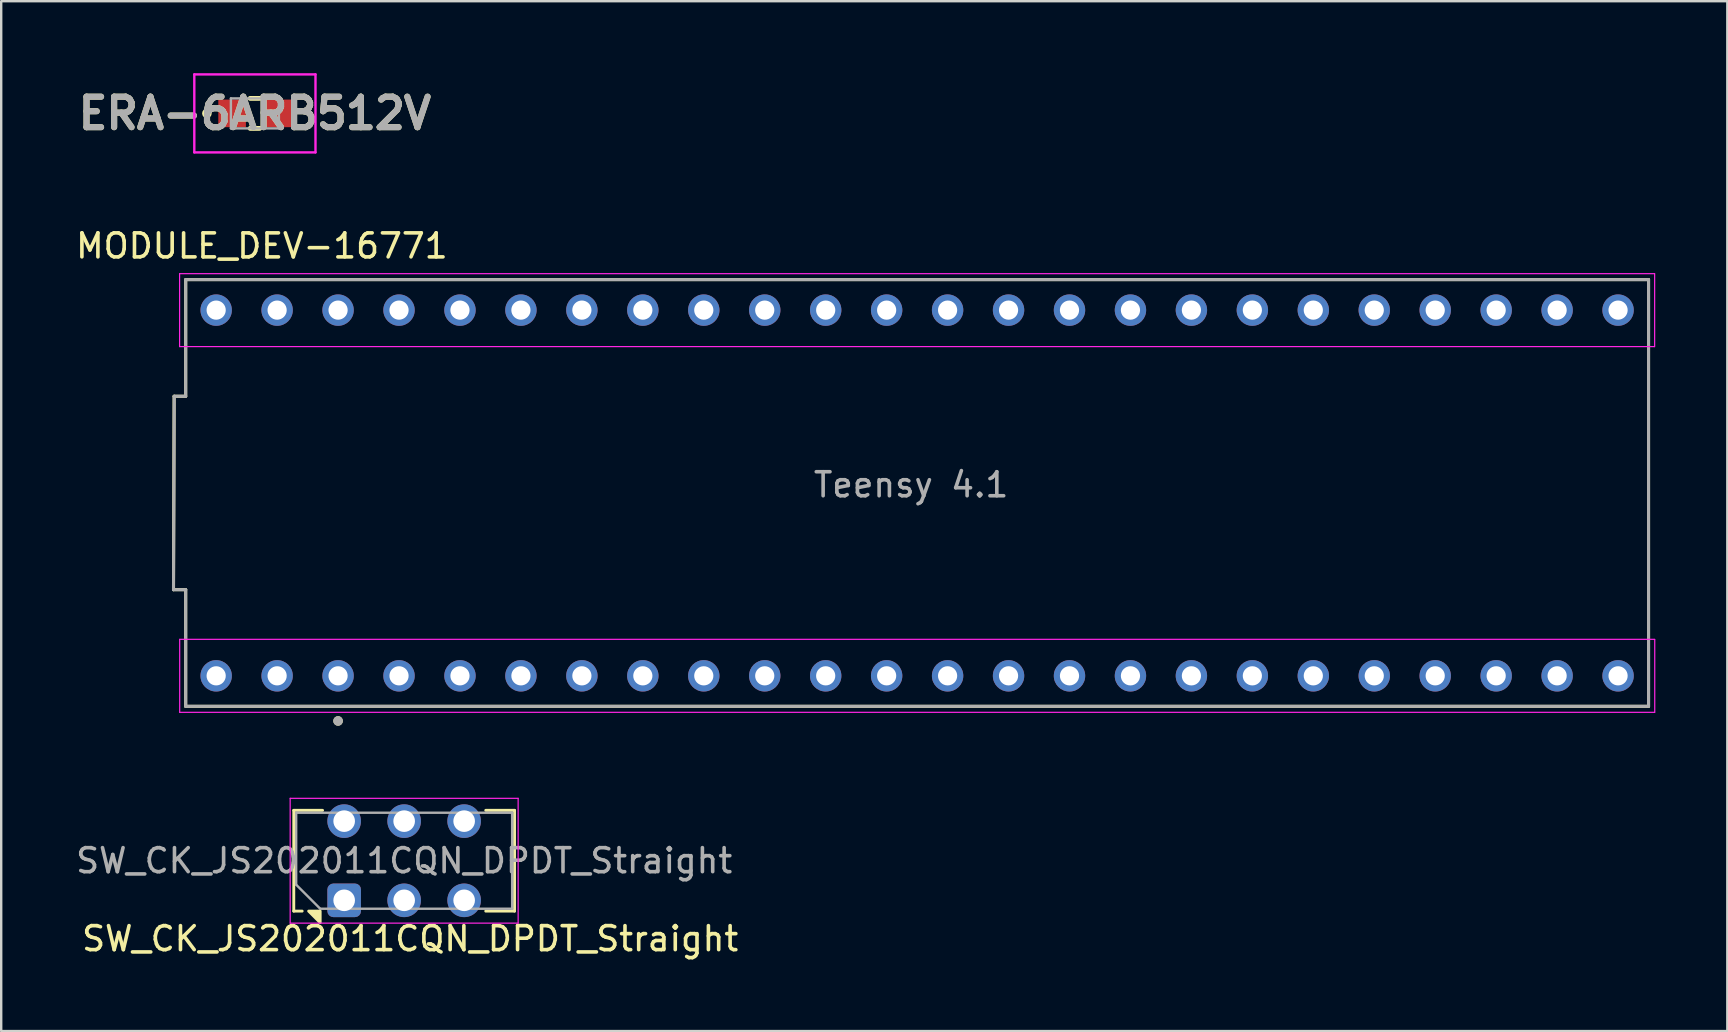
<source format=kicad_pcb>
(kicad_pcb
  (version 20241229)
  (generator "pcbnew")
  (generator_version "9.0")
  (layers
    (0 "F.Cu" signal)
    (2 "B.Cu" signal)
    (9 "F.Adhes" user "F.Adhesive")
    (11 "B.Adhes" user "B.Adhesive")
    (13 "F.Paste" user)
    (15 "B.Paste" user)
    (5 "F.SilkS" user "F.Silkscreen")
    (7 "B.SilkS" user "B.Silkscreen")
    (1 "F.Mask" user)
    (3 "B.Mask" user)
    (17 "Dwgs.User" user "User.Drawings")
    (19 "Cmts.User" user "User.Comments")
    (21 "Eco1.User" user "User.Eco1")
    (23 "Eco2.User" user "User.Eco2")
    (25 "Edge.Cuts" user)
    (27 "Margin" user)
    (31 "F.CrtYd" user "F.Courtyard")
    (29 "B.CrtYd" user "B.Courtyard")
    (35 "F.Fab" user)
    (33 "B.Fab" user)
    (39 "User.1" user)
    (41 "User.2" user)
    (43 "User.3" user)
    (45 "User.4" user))
  (footprint "MODULE_DEV-16771"
    (layer "F.Cu")
    (at 35.168 17.493)
    (property "Reference" "MODULE_DEV-16771" (at -27.305 -10.295 0) (layer "F.SilkS") (effects (font (size 1 1) (thickness 0.15))))
    (attr through_hole)
    (fp_line (start -30.988 4.03) (end -30.963 -4.03) (stroke (width 0.127) (type solid)) (layer "F.SilkS"))
    (fp_line (start -30.48 -8.89) (end -30.48 -4.03) (stroke (width 0.127) (type solid)) (layer "F.SilkS"))
    (fp_line (start -30.48 -8.89) (end 30.48 -8.89) (stroke (width 0.127) (type solid)) (layer "F.SilkS"))
    (fp_line (start -30.48 -4.03) (end -30.963 -4.03) (stroke (width 0.127) (type solid)) (layer "F.SilkS"))
    (fp_line (start -30.48 4.03) (end -30.988 4.03) (stroke (width 0.127) (type solid)) (layer "F.SilkS"))
    (fp_line (start -30.48 8.89) (end -30.48 4.03) (stroke (width 0.127) (type solid)) (layer "F.SilkS"))
    (fp_line (start 30.48 -8.89) (end 30.48 8.89) (stroke (width 0.127) (type solid)) (layer "F.SilkS"))
    (fp_line (start 30.48 8.89) (end -30.48 8.89) (stroke (width 0.127) (type solid)) (layer "F.SilkS"))
    (fp_circle (center -24.13 9.5) (end -24.03 9.5) (stroke (width 0.2) (type solid)) (fill no) (layer "F.SilkS"))
    (fp_line (start -30.734 -9.14) (end -30.734 -6.1) (stroke (width 0.05) (type solid)) (layer "F.CrtYd"))
    (fp_line (start -30.734 -6.1) (end 30.726 -6.1) (stroke (width 0.05) (type solid)) (layer "F.CrtYd"))
    (fp_line (start -30.73 -9.14) (end 30.73 -9.14) (stroke (width 0.05) (type solid)) (layer "F.CrtYd"))
    (fp_line (start -30.73 6.1) (end -30.73 9.14) (stroke (width 0.05) (type solid)) (layer "F.CrtYd"))
    (fp_line (start -30.726 6.1) (end 30.734 6.1) (stroke (width 0.05) (type solid)) (layer "F.CrtYd"))
    (fp_line (start 30.73 9.14) (end -30.73 9.14) (stroke (width 0.05) (type solid)) (layer "F.CrtYd"))
    (fp_line (start 30.734 -9.136) (end 30.734 -6.096) (stroke (width 0.05) (type solid)) (layer "F.CrtYd"))
    (fp_line (start 30.738 6.105) (end 30.738 9.144) (stroke (width 0.05) (type solid)) (layer "F.CrtYd"))
    (fp_line (start -30.988 4.03) (end -30.957 -4.03) (stroke (width 0.127) (type solid)) (layer "F.Fab"))
    (fp_line (start -30.48 -8.89) (end -30.48 -4.03) (stroke (width 0.127) (type solid)) (layer "F.Fab"))
    (fp_line (start -30.48 -8.89) (end 30.48 -8.89) (stroke (width 0.127) (type solid)) (layer "F.Fab"))
    (fp_line (start -30.48 -4.03) (end -30.957 -4.03) (stroke (width 0.127) (type solid)) (layer "F.Fab"))
    (fp_line (start -30.48 4.03) (end -30.988 4.03) (stroke (width 0.127) (type solid)) (layer "F.Fab"))
    (fp_line (start -30.48 8.89) (end -30.48 4.03) (stroke (width 0.127) (type solid)) (layer "F.Fab"))
    (fp_line (start 30.48 -8.89) (end 30.48 8.89) (stroke (width 0.127) (type solid)) (layer "F.Fab"))
    (fp_line (start 30.48 8.89) (end -30.48 8.89) (stroke (width 0.127) (type solid)) (layer "F.Fab"))
    (fp_circle (center -24.13 9.5) (end -24.03 9.5) (stroke (width 0.2) (type solid)) (fill no) (layer "F.Fab"))
    (fp_text user "Teensy 4.1" (at -0.25 -0.34 0) (layer "F.Fab") (effects (font (size 1 1) (thickness 0.15))))
    (pad "0" thru_hole circle (at -26.67 7.62) (size 1.308 1.308) (drill 0.8) (layers "*.Cu" "*.Mask"))
    (pad "1" thru_hole circle (at -24.13 7.62) (size 1.308 1.308) (drill 0.8) (layers "*.Cu" "*.Mask"))
    (pad "2" thru_hole circle (at -21.59 7.62) (size 1.308 1.308) (drill 0.8) (layers "*.Cu" "*.Mask"))
    (pad "3" thru_hole circle (at -19.05 7.62) (size 1.308 1.308) (drill 0.8) (layers "*.Cu" "*.Mask"))
    (pad "3.3V_1" thru_hole circle (at 6.35 7.62) (size 1.308 1.308) (drill 0.8) (layers "*.Cu" "*.Mask"))
    (pad "3.3V_2" thru_hole circle (at -24.13 -7.62) (size 1.308 1.308) (drill 0.8) (layers "*.Cu" "*.Mask"))
    (pad "4" thru_hole circle (at -16.51 7.62) (size 1.308 1.308) (drill 0.8) (layers "*.Cu" "*.Mask"))
    (pad "5" thru_hole circle (at -13.97 7.62) (size 1.308 1.308) (drill 0.8) (layers "*.Cu" "*.Mask"))
    (pad "6" thru_hole circle (at -11.43 7.62) (size 1.308 1.308) (drill 0.8) (layers "*.Cu" "*.Mask"))
    (pad "7" thru_hole circle (at -8.89 7.62) (size 1.308 1.308) (drill 0.8) (layers "*.Cu" "*.Mask"))
    (pad "8" thru_hole circle (at -6.35 7.62) (size 1.308 1.308) (drill 0.8) (layers "*.Cu" "*.Mask"))
    (pad "9" thru_hole circle (at -3.81 7.62) (size 1.308 1.308) (drill 0.8) (layers "*.Cu" "*.Mask"))
    (pad "10" thru_hole circle (at -1.27 7.62) (size 1.308 1.308) (drill 0.8) (layers "*.Cu" "*.Mask"))
    (pad "11" thru_hole circle (at 1.27 7.62) (size 1.308 1.308) (drill 0.8) (layers "*.Cu" "*.Mask"))
    (pad "12" thru_hole circle (at 3.81 7.62) (size 1.308 1.308) (drill 0.8) (layers "*.Cu" "*.Mask"))
    (pad "13" thru_hole circle (at 3.81 -7.62) (size 1.308 1.308) (drill 0.8) (layers "*.Cu" "*.Mask"))
    (pad "14" thru_hole circle (at 1.27 -7.62) (size 1.308 1.308) (drill 0.8) (layers "*.Cu" "*.Mask"))
    (pad "15" thru_hole circle (at -1.27 -7.62) (size 1.308 1.308) (drill 0.8) (layers "*.Cu" "*.Mask"))
    (pad "16" thru_hole circle (at -3.81 -7.62) (size 1.308 1.308) (drill 0.8) (layers "*.Cu" "*.Mask"))
    (pad "17" thru_hole circle (at -6.35 -7.62) (size 1.308 1.308) (drill 0.8) (layers "*.Cu" "*.Mask"))
    (pad "18" thru_hole circle (at -8.89 -7.62) (size 1.308 1.308) (drill 0.8) (layers "*.Cu" "*.Mask"))
    (pad "19" thru_hole circle (at -11.43 -7.62) (size 1.308 1.308) (drill 0.8) (layers "*.Cu" "*.Mask"))
    (pad "20" thru_hole circle (at -13.97 -7.62) (size 1.308 1.308) (drill 0.8) (layers "*.Cu" "*.Mask"))
    (pad "21" thru_hole circle (at -16.51 -7.62) (size 1.308 1.308) (drill 0.8) (layers "*.Cu" "*.Mask"))
    (pad "22" thru_hole circle (at -19.05 -7.62) (size 1.308 1.308) (drill 0.8) (layers "*.Cu" "*.Mask"))
    (pad "23" thru_hole circle (at -21.59 -7.62) (size 1.308 1.308) (drill 0.8) (layers "*.Cu" "*.Mask"))
    (pad "24" thru_hole circle (at 8.89 7.62) (size 1.308 1.308) (drill 0.8) (layers "*.Cu" "*.Mask"))
    (pad "25" thru_hole circle (at 11.43 7.62) (size 1.308 1.308) (drill 0.8) (layers "*.Cu" "*.Mask"))
    (pad "26" thru_hole circle (at 13.97 7.62) (size 1.308 1.308) (drill 0.8) (layers "*.Cu" "*.Mask"))
    (pad "27" thru_hole circle (at 16.51 7.62) (size 1.308 1.308) (drill 0.8) (layers "*.Cu" "*.Mask"))
    (pad "28" thru_hole circle (at 19.05 7.62) (size 1.308 1.308) (drill 0.8) (layers "*.Cu" "*.Mask"))
    (pad "29" thru_hole circle (at 21.59 7.62) (size 1.308 1.308) (drill 0.8) (layers "*.Cu" "*.Mask"))
    (pad "30" thru_hole circle (at 24.13 7.62) (size 1.308 1.308) (drill 0.8) (layers "*.Cu" "*.Mask"))
    (pad "31" thru_hole circle (at 26.67 7.62) (size 1.308 1.308) (drill 0.8) (layers "*.Cu" "*.Mask"))
    (pad "32" thru_hole circle (at 29.21 7.62) (size 1.308 1.308) (drill 0.8) (layers "*.Cu" "*.Mask"))
    (pad "33" thru_hole circle (at 29.21 -7.62) (size 1.308 1.308) (drill 0.8) (layers "*.Cu" "*.Mask"))
    (pad "34" thru_hole circle (at 26.67 -7.62) (size 1.308 1.308) (drill 0.8) (layers "*.Cu" "*.Mask"))
    (pad "35" thru_hole circle (at 24.13 -7.62) (size 1.308 1.308) (drill 0.8) (layers "*.Cu" "*.Mask"))
    (pad "36" thru_hole circle (at 21.59 -7.62) (size 1.308 1.308) (drill 0.8) (layers "*.Cu" "*.Mask"))
    (pad "37" thru_hole circle (at 19.05 -7.62) (size 1.308 1.308) (drill 0.8) (layers "*.Cu" "*.Mask"))
    (pad "38" thru_hole circle (at 16.51 -7.62) (size 1.308 1.308) (drill 0.8) (layers "*.Cu" "*.Mask"))
    (pad "39" thru_hole circle (at 13.97 -7.62) (size 1.308 1.308) (drill 0.8) (layers "*.Cu" "*.Mask"))
    (pad "40" thru_hole circle (at 11.43 -7.62) (size 1.308 1.308) (drill 0.8) (layers "*.Cu" "*.Mask"))
    (pad "41" thru_hole circle (at 8.89 -7.62) (size 1.308 1.308) (drill 0.8) (layers "*.Cu" "*.Mask"))
    (pad "GND1" thru_hole circle (at -29.21 7.62) (size 1.308 1.308) (drill 0.8) (layers "*.Cu" "*.Mask"))
    (pad "GND2" thru_hole circle (at 6.35 -7.62) (size 1.308 1.308) (drill 0.8) (layers "*.Cu" "*.Mask"))
    (pad "GND3" thru_hole circle (at -26.67 -7.62) (size 1.308 1.308) (drill 0.8) (layers "*.Cu" "*.Mask"))
    (pad "VIN" thru_hole circle (at -29.21 -7.62) (size 1.308 1.308) (drill 0.8) (layers "*.Cu" "*.Mask")))
  (footprint "ERA-6ARB512V"
    (layer "F.Cu")
    (at 7.572 1.675)
    (property "Reference" "ERA-6ARB512V" (at 0 0 0) (layer "F.SilkS") (effects (font (size 1.27 1.27) (thickness 0.254))))
    (attr smd)
    (fp_line (start -2 -0.1) (end -2 -0.1) (stroke (width 0.2) (type solid)) (layer "F.SilkS"))
    (fp_line (start -2 0.1) (end -2 0.1) (stroke (width 0.2) (type solid)) (layer "F.SilkS"))
    (fp_line (start -0.2 -0.625) (end 0.2 -0.625) (stroke (width 0.2) (type solid)) (layer "F.SilkS"))
    (fp_line (start -0.2 0.625) (end 0.2 0.625) (stroke (width 0.2) (type solid)) (layer "F.SilkS"))
    (fp_arc (start -2 -0.1) (mid -1.9 0) (end -2 0.1) (stroke (width 0.2) (type solid)) (layer "F.SilkS"))
    (fp_arc (start -2 0.1) (mid -2.1 0) (end -2 -0.1) (stroke (width 0.2) (type solid)) (layer "F.SilkS"))
    (fp_line (start -2.525 -1.625) (end 2.525 -1.625) (stroke (width 0.1) (type solid)) (layer "F.CrtYd"))
    (fp_line (start -2.525 1.625) (end -2.525 -1.625) (stroke (width 0.1) (type solid)) (layer "F.CrtYd"))
    (fp_line (start 2.525 -1.625) (end 2.525 1.625) (stroke (width 0.1) (type solid)) (layer "F.CrtYd"))
    (fp_line (start 2.525 1.625) (end -2.525 1.625) (stroke (width 0.1) (type solid)) (layer "F.CrtYd"))
    (fp_line (start -1 -0.625) (end 1 -0.625) (stroke (width 0.1) (type solid)) (layer "F.Fab"))
    (fp_line (start -1 0.625) (end -1 -0.625) (stroke (width 0.1) (type solid)) (layer "F.Fab"))
    (fp_line (start 1 -0.625) (end 1 0.625) (stroke (width 0.1) (type solid)) (layer "F.Fab"))
    (fp_line (start 1 0.625) (end -1 0.625) (stroke (width 0.1) (type solid)) (layer "F.Fab"))
    (fp_text user "${REFERENCE}" (at 0 0 0) (layer "F.Fab") (effects (font (size 1.27 1.27) (thickness 0.254))))
    (pad "1" smd rect (at -0.95 0) (size 1.15 1.15) (layers "F.Cu" "F.Mask" "F.Paste"))
    (pad "2" smd rect (at 0.95 0) (size 1.15 1.15) (layers "F.Cu" "F.Mask" "F.Paste")))
  (footprint "SW_CK_JS202011CQN_DPDT_Straight"
    (layer "F.Cu")
    (at 11.292 31.188)
    (property "Reference" "SW_CK_JS202011CQN_DPDT_Straight" (at 2.75 4.88 180) (layer "F.SilkS") (effects (font (size 1 1) (thickness 0.15))))
    (attr through_hole)
    (fp_line (start -2.1 -0.47) (end -0.9 -0.47) (stroke (width 0.12) (type solid)) (layer "F.SilkS"))
    (fp_line (start -2.1 3.73) (end -2.1 -0.47) (stroke (width 0.12) (type solid)) (layer "F.SilkS"))
    (fp_line (start -1.75 3.73) (end -2.1 3.73) (stroke (width 0.12) (type solid)) (layer "F.SilkS"))
    (fp_line (start 5.9 3.73) (end 7.1 3.73) (stroke (width 0.12) (type solid)) (layer "F.SilkS"))
    (fp_line (start 7.1 -0.47) (end 5.9 -0.47) (stroke (width 0.12) (type solid)) (layer "F.SilkS"))
    (fp_line (start 7.1 3.73) (end 7.1 -0.47) (stroke (width 0.12) (type solid)) (layer "F.SilkS"))
    (fp_poly (pts (xy -1 3.73) (xy -1.48 3.73) (xy -1 4.21) (xy -1 3.73)) (stroke (width 0.12) (type solid)) (fill yes) (layer "F.SilkS"))
    (fp_line (start -2.25 -0.97) (end -2.25 4.23) (stroke (width 0.05) (type solid)) (layer "F.CrtYd"))
    (fp_line (start -2.25 4.23) (end 7.25 4.23) (stroke (width 0.05) (type solid)) (layer "F.CrtYd"))
    (fp_line (start 7.25 -0.97) (end -2.25 -0.97) (stroke (width 0.05) (type solid)) (layer "F.CrtYd"))
    (fp_line (start 7.25 4.23) (end 7.25 -0.97) (stroke (width 0.05) (type solid)) (layer "F.CrtYd"))
    (fp_line (start -2 -0.37) (end -2 2.63) (stroke (width 0.1) (type solid)) (layer "F.Fab"))
    (fp_line (start -1 3.63) (end -2 2.63) (stroke (width 0.1) (type solid)) (layer "F.Fab"))
    (fp_line (start -1 3.63) (end 7 3.63) (stroke (width 0.1) (type solid)) (layer "F.Fab"))
    (fp_line (start 7 -0.37) (end -2 -0.37) (stroke (width 0.1) (type solid)) (layer "F.Fab"))
    (fp_line (start 7 3.63) (end 7 -0.37) (stroke (width 0.1) (type solid)) (layer "F.Fab"))
    (fp_text user "${REFERENCE}" (at 2.5 1.63 180) (layer "F.Fab") (effects (font (size 1 1) (thickness 0.15))))
    (pad "1" thru_hole roundrect (at 0 3.28) (size 1.4 1.4) (drill 0.9) (layers "*.Cu" "*.Mask") (roundrect_rratio 0.179))
    (pad "2" thru_hole circle (at 2.5 3.28) (size 1.4 1.4) (drill 0.9) (layers "*.Cu" "*.Mask"))
    (pad "3" thru_hole circle (at 5 3.28) (size 1.4 1.4) (drill 0.9) (layers "*.Cu" "*.Mask"))
    (pad "4" thru_hole circle (at 0 -0.02) (size 1.4 1.4) (drill 0.9) (layers "*.Cu" "*.Mask"))
    (pad "5" thru_hole circle (at 2.5 -0.02) (size 1.4 1.4) (drill 0.9) (layers "*.Cu" "*.Mask"))
    (pad "6" thru_hole circle (at 5 -0.02) (size 1.4 1.4) (drill 0.9) (layers "*.Cu" "*.Mask")))
  (gr_rect
    (start -3 -3)
    (end 68.931 39.916)
    (stroke (width 0.1) (type default))
    (fill no)
    (layer "Edge.Cuts")))
</source>
